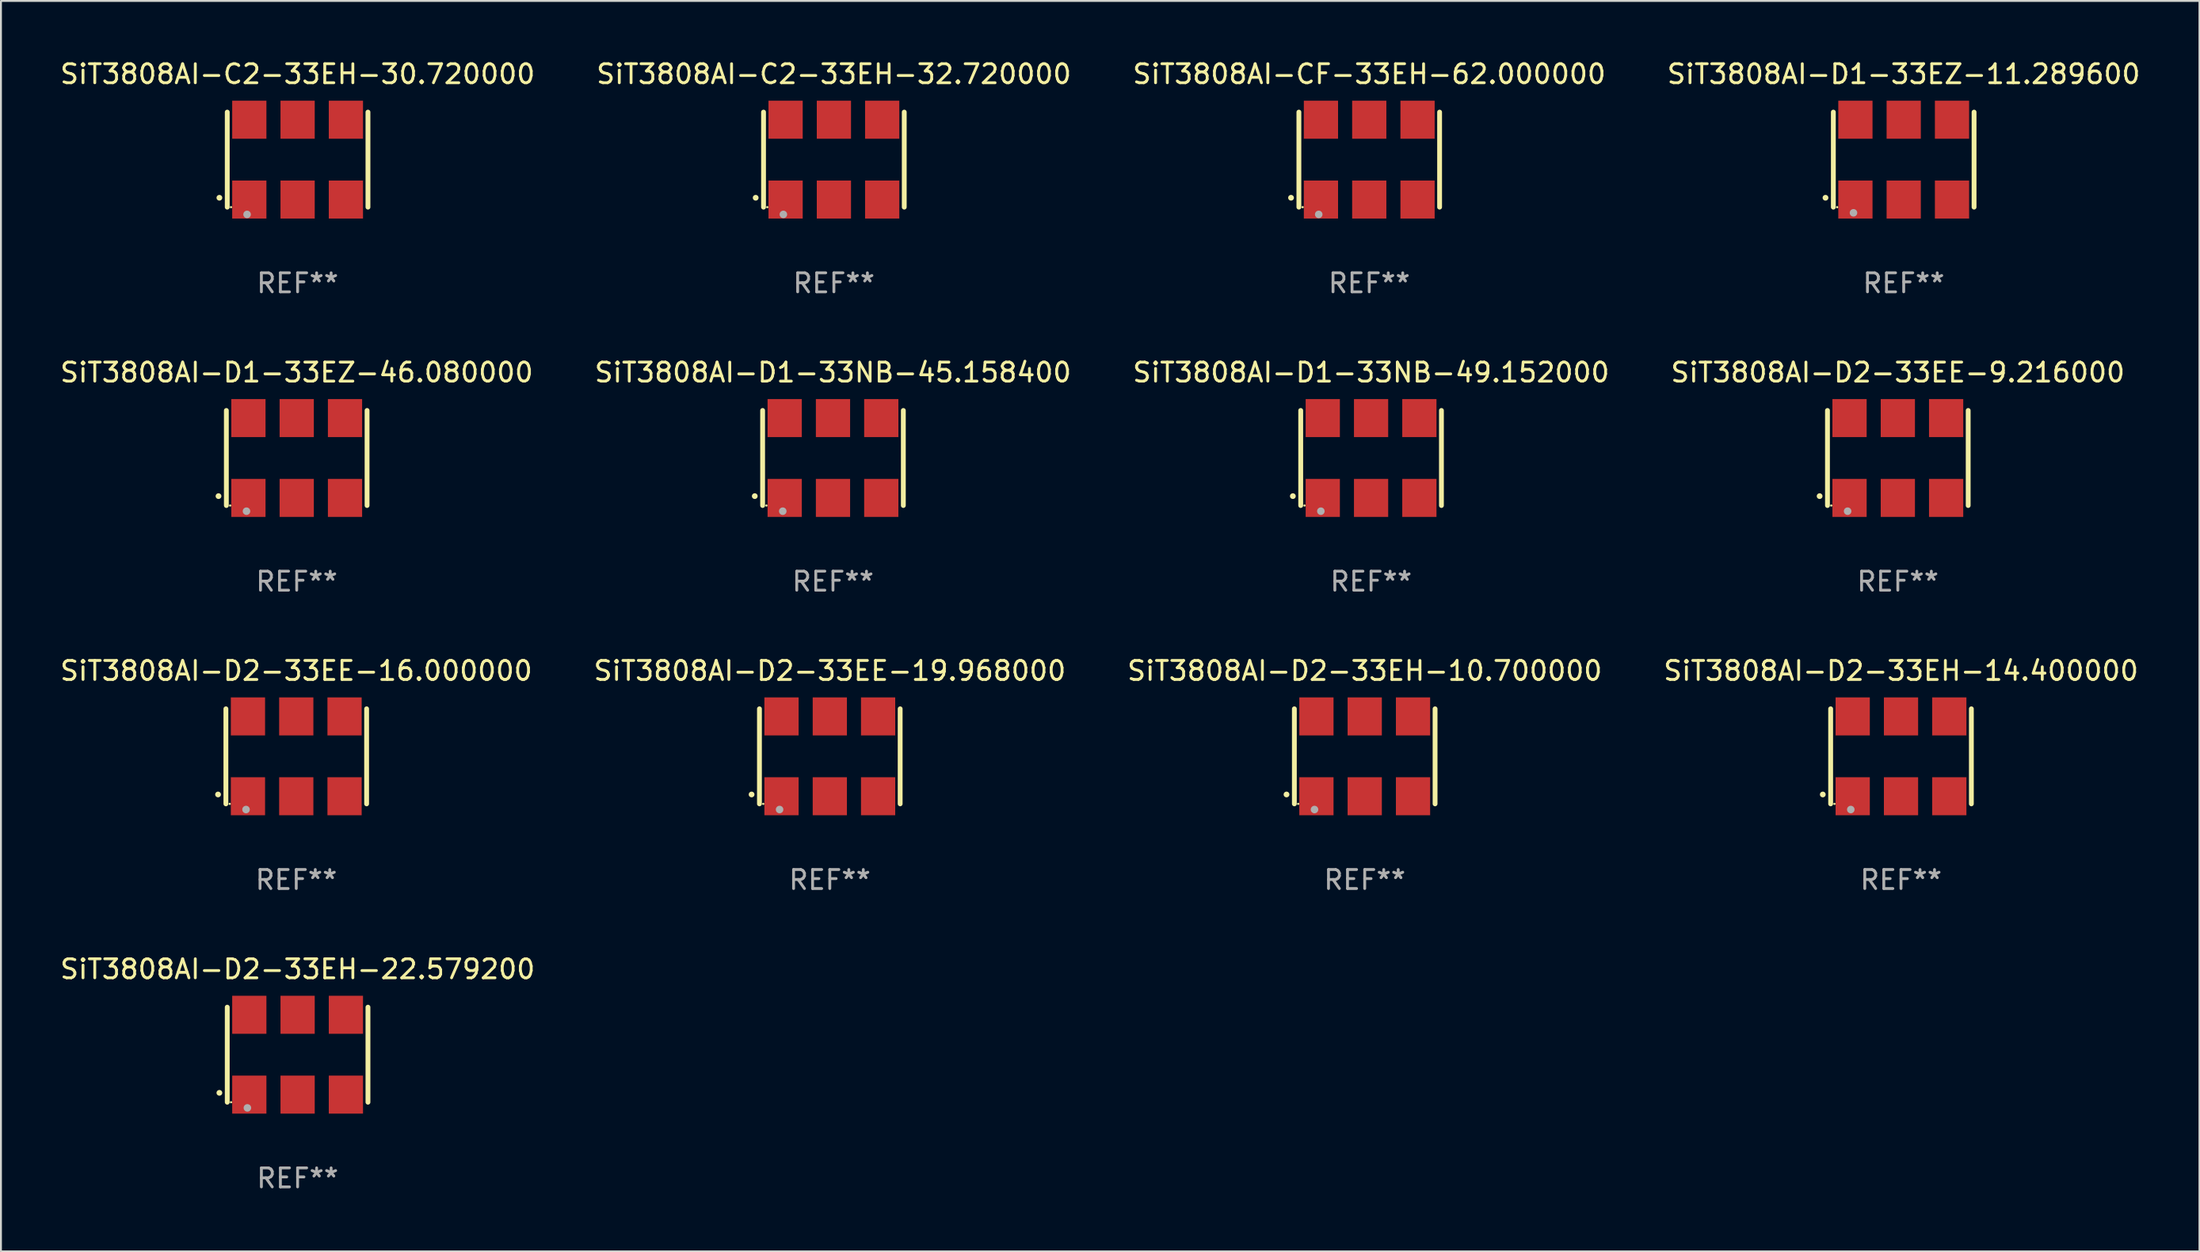
<source format=kicad_pcb>
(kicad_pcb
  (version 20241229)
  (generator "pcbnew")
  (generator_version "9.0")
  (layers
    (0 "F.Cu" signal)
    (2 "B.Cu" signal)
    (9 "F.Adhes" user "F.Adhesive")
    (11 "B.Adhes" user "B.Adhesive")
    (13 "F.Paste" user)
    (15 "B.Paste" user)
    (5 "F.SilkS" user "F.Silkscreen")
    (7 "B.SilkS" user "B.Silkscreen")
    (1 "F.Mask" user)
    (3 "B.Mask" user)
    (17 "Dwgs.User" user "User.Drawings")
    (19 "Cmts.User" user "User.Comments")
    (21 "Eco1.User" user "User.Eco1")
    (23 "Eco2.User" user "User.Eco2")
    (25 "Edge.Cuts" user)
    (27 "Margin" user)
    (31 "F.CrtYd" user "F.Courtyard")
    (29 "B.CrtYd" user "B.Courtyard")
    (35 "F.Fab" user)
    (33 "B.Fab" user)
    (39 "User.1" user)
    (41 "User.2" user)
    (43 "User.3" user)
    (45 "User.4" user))
  (footprint "SiT3808AI-D1-33EZ-46.080000"
    (layer "F.Cu")
    (at 12.554 21.045)
    (property "Reference" "SiT3808AI-D1-33EZ-46.080000" (at 0 -4.5 0) (layer "F.SilkS") (effects (font (size 1 1) (thickness 0.15))))
    (attr through_hole)
    (fp_line (start -3.7 -2.5) (end -3.7 2.5) (stroke (width 0.254) (type solid)) (layer "F.SilkS"))
    (fp_line (start 3.7 -2.5) (end 3.7 2.5) (stroke (width 0.254) (type solid)) (layer "F.SilkS"))
    (fp_arc (start -4.114415 2.006604) (mid -4.113145 2.006599) (end -4.111875 2.006604) (stroke (width 0.3) (type solid)) (layer "F.SilkS"))
    (fp_circle (center -3.5 2.501) (end -3.47 2.501) (stroke (width 0.06) (type solid)) (fill no) (layer "F.SilkS"))
    (fp_circle (center -2.641 2.799) (end -2.541 2.799) (stroke (width 0.2) (type solid)) (fill no) (layer "F.Fab"))
    (fp_text user "REF**" (at 0 6.5 0) (layer "F.Fab") (effects (font (size 1 1) (thickness 0.15))))
    (pad "1" smd rect (at -2.54 2.1) (size 1.8 2) (layers "F.Cu" "F.Mask" "F.Paste"))
    (pad "2" smd rect (at 0.000394 2.1) (size 1.8 2) (layers "F.Cu" "F.Mask" "F.Paste"))
    (pad "3" smd rect (at 2.54 2.1) (size 1.8 2) (layers "F.Cu" "F.Mask" "F.Paste"))
    (pad "4" smd rect (at 2.54 -2.1) (size 1.8 2) (layers "F.Cu" "F.Mask" "F.Paste"))
    (pad "5" smd rect (at 0.000394 -2.1) (size 1.8 2) (layers "F.Cu" "F.Mask" "F.Paste"))
    (pad "6" smd rect (at -2.54 -2.1) (size 1.8 2) (layers "F.Cu" "F.Mask" "F.Paste")))
  (footprint "SiT3808AI-C2-33EH-30.720000"
    (layer "F.Cu")
    (at 12.601 5.348)
    (property "Reference" "SiT3808AI-C2-33EH-30.720000" (at 0 -4.5 0) (layer "F.SilkS") (effects (font (size 1 1) (thickness 0.15))))
    (attr through_hole)
    (fp_line (start -3.7 -2.5) (end -3.7 2.5) (stroke (width 0.254) (type solid)) (layer "F.SilkS"))
    (fp_line (start 3.7 -2.5) (end 3.7 2.5) (stroke (width 0.254) (type solid)) (layer "F.SilkS"))
    (fp_arc (start -4.114415 2.006604) (mid -4.113145 2.006599) (end -4.111875 2.006604) (stroke (width 0.3) (type solid)) (layer "F.SilkS"))
    (fp_circle (center -3.502 2.5) (end -3.472 2.5) (stroke (width 0.06) (type solid)) (fill no) (layer "F.SilkS"))
    (fp_circle (center -2.657 2.882) (end -2.557 2.882) (stroke (width 0.2) (type solid)) (fill no) (layer "F.Fab"))
    (fp_text user "REF**" (at 0 6.5 0) (layer "F.Fab") (effects (font (size 1 1) (thickness 0.15))))
    (pad "1" smd rect (at -2.54 2.1) (size 1.8 2) (layers "F.Cu" "F.Mask" "F.Paste"))
    (pad "2" smd rect (at 0.000394 2.1) (size 1.8 2) (layers "F.Cu" "F.Mask" "F.Paste"))
    (pad "3" smd rect (at 2.54 2.1) (size 1.8 2) (layers "F.Cu" "F.Mask" "F.Paste"))
    (pad "4" smd rect (at 2.54 -2.1) (size 1.8 2) (layers "F.Cu" "F.Mask" "F.Paste"))
    (pad "5" smd rect (at 0.000394 -2.1) (size 1.8 2) (layers "F.Cu" "F.Mask" "F.Paste"))
    (pad "6" smd rect (at -2.54 -2.1) (size 1.8 2) (layers "F.Cu" "F.Mask" "F.Paste")))
  (footprint "SiT3808AI-D2-33EE-16.000000"
    (layer "F.Cu")
    (at 12.53 36.741)
    (property "Reference" "SiT3808AI-D2-33EE-16.000000" (at 0 -4.5 0) (layer "F.SilkS") (effects (font (size 1 1) (thickness 0.15))))
    (attr through_hole)
    (fp_line (start -3.7 -2.5) (end -3.7 2.5) (stroke (width 0.254) (type solid)) (layer "F.SilkS"))
    (fp_line (start 3.7 -2.5) (end 3.7 2.5) (stroke (width 0.254) (type solid)) (layer "F.SilkS"))
    (fp_arc (start -4.114415 2.006604) (mid -4.113145 2.006599) (end -4.111875 2.006604) (stroke (width 0.3) (type solid)) (layer "F.SilkS"))
    (fp_circle (center -3.5 2.501) (end -3.47 2.501) (stroke (width 0.06) (type solid)) (fill no) (layer "F.SilkS"))
    (fp_circle (center -2.641 2.799) (end -2.541 2.799) (stroke (width 0.2) (type solid)) (fill no) (layer "F.Fab"))
    (fp_text user "REF**" (at 0 6.5 0) (layer "F.Fab") (effects (font (size 1 1) (thickness 0.15))))
    (pad "1" smd rect (at -2.54 2.1) (size 1.8 2) (layers "F.Cu" "F.Mask" "F.Paste"))
    (pad "2" smd rect (at 0.000394 2.1) (size 1.8 2) (layers "F.Cu" "F.Mask" "F.Paste"))
    (pad "3" smd rect (at 2.54 2.1) (size 1.8 2) (layers "F.Cu" "F.Mask" "F.Paste"))
    (pad "4" smd rect (at 2.54 -2.1) (size 1.8 2) (layers "F.Cu" "F.Mask" "F.Paste"))
    (pad "5" smd rect (at 0.000394 -2.1) (size 1.8 2) (layers "F.Cu" "F.Mask" "F.Paste"))
    (pad "6" smd rect (at -2.54 -2.1) (size 1.8 2) (layers "F.Cu" "F.Mask" "F.Paste")))
  (footprint "SiT3808AI-D2-33EH-14.400000"
    (layer "F.Cu")
    (at 96.923 36.741)
    (property "Reference" "SiT3808AI-D2-33EH-14.400000" (at 0 -4.5 0) (layer "F.SilkS") (effects (font (size 1 1) (thickness 0.15))))
    (attr through_hole)
    (fp_line (start -3.7 -2.5) (end -3.7 2.5) (stroke (width 0.254) (type solid)) (layer "F.SilkS"))
    (fp_line (start 3.7 -2.5) (end 3.7 2.5) (stroke (width 0.254) (type solid)) (layer "F.SilkS"))
    (fp_arc (start -4.114415 2.006604) (mid -4.113145 2.006599) (end -4.111875 2.006604) (stroke (width 0.3) (type solid)) (layer "F.SilkS"))
    (fp_circle (center -3.5 2.501) (end -3.47 2.501) (stroke (width 0.06) (type solid)) (fill no) (layer "F.SilkS"))
    (fp_circle (center -2.641 2.799) (end -2.541 2.799) (stroke (width 0.2) (type solid)) (fill no) (layer "F.Fab"))
    (fp_text user "REF**" (at 0 6.5 0) (layer "F.Fab") (effects (font (size 1 1) (thickness 0.15))))
    (pad "1" smd rect (at -2.54 2.1) (size 1.8 2) (layers "F.Cu" "F.Mask" "F.Paste"))
    (pad "2" smd rect (at 0.000394 2.1) (size 1.8 2) (layers "F.Cu" "F.Mask" "F.Paste"))
    (pad "3" smd rect (at 2.54 2.1) (size 1.8 2) (layers "F.Cu" "F.Mask" "F.Paste"))
    (pad "4" smd rect (at 2.54 -2.1) (size 1.8 2) (layers "F.Cu" "F.Mask" "F.Paste"))
    (pad "5" smd rect (at 0.000394 -2.1) (size 1.8 2) (layers "F.Cu" "F.Mask" "F.Paste"))
    (pad "6" smd rect (at -2.54 -2.1) (size 1.8 2) (layers "F.Cu" "F.Mask" "F.Paste")))
  (footprint "SiT3808AI-D1-33NB-49.152000"
    (layer "F.Cu")
    (at 69.054 21.045)
    (property "Reference" "SiT3808AI-D1-33NB-49.152000" (at 0 -4.5 0) (layer "F.SilkS") (effects (font (size 1 1) (thickness 0.15))))
    (attr through_hole)
    (fp_line (start -3.7 -2.5) (end -3.7 2.5) (stroke (width 0.254) (type solid)) (layer "F.SilkS"))
    (fp_line (start 3.7 -2.5) (end 3.7 2.5) (stroke (width 0.254) (type solid)) (layer "F.SilkS"))
    (fp_arc (start -4.114415 2.006604) (mid -4.113145 2.006599) (end -4.111875 2.006604) (stroke (width 0.3) (type solid)) (layer "F.SilkS"))
    (fp_circle (center -3.5 2.501) (end -3.47 2.501) (stroke (width 0.06) (type solid)) (fill no) (layer "F.SilkS"))
    (fp_circle (center -2.641 2.799) (end -2.541 2.799) (stroke (width 0.2) (type solid)) (fill no) (layer "F.Fab"))
    (fp_text user "REF**" (at 0 6.5 0) (layer "F.Fab") (effects (font (size 1 1) (thickness 0.15))))
    (pad "1" smd rect (at -2.54 2.1) (size 1.8 2) (layers "F.Cu" "F.Mask" "F.Paste"))
    (pad "2" smd rect (at 0.000394 2.1) (size 1.8 2) (layers "F.Cu" "F.Mask" "F.Paste"))
    (pad "3" smd rect (at 2.54 2.1) (size 1.8 2) (layers "F.Cu" "F.Mask" "F.Paste"))
    (pad "4" smd rect (at 2.54 -2.1) (size 1.8 2) (layers "F.Cu" "F.Mask" "F.Paste"))
    (pad "5" smd rect (at 0.000394 -2.1) (size 1.8 2) (layers "F.Cu" "F.Mask" "F.Paste"))
    (pad "6" smd rect (at -2.54 -2.1) (size 1.8 2) (layers "F.Cu" "F.Mask" "F.Paste")))
  (footprint "SiT3808AI-D2-33EH-22.579200"
    (layer "F.Cu")
    (at 12.601 52.438)
    (property "Reference" "SiT3808AI-D2-33EH-22.579200" (at 0 -4.5 0) (layer "F.SilkS") (effects (font (size 1 1) (thickness 0.15))))
    (attr through_hole)
    (fp_line (start -3.7 -2.5) (end -3.7 2.5) (stroke (width 0.254) (type solid)) (layer "F.SilkS"))
    (fp_line (start 3.7 -2.5) (end 3.7 2.5) (stroke (width 0.254) (type solid)) (layer "F.SilkS"))
    (fp_arc (start -4.114415 2.006604) (mid -4.113145 2.006599) (end -4.111875 2.006604) (stroke (width 0.3) (type solid)) (layer "F.SilkS"))
    (fp_circle (center -3.5 2.501) (end -3.47 2.501) (stroke (width 0.06) (type solid)) (fill no) (layer "F.SilkS"))
    (fp_circle (center -2.641 2.799) (end -2.541 2.799) (stroke (width 0.2) (type solid)) (fill no) (layer "F.Fab"))
    (fp_text user "REF**" (at 0 6.5 0) (layer "F.Fab") (effects (font (size 1 1) (thickness 0.15))))
    (pad "1" smd rect (at -2.54 2.1) (size 1.8 2) (layers "F.Cu" "F.Mask" "F.Paste"))
    (pad "2" smd rect (at 0.000394 2.1) (size 1.8 2) (layers "F.Cu" "F.Mask" "F.Paste"))
    (pad "3" smd rect (at 2.54 2.1) (size 1.8 2) (layers "F.Cu" "F.Mask" "F.Paste"))
    (pad "4" smd rect (at 2.54 -2.1) (size 1.8 2) (layers "F.Cu" "F.Mask" "F.Paste"))
    (pad "5" smd rect (at 0.000394 -2.1) (size 1.8 2) (layers "F.Cu" "F.Mask" "F.Paste"))
    (pad "6" smd rect (at -2.54 -2.1) (size 1.8 2) (layers "F.Cu" "F.Mask" "F.Paste")))
  (footprint "SiT3808AI-D2-33EE-19.968000"
    (layer "F.Cu")
    (at 40.589 36.741)
    (property "Reference" "SiT3808AI-D2-33EE-19.968000" (at 0 -4.5 0) (layer "F.SilkS") (effects (font (size 1 1) (thickness 0.15))))
    (attr through_hole)
    (fp_line (start -3.7 -2.5) (end -3.7 2.5) (stroke (width 0.254) (type solid)) (layer "F.SilkS"))
    (fp_line (start 3.7 -2.5) (end 3.7 2.5) (stroke (width 0.254) (type solid)) (layer "F.SilkS"))
    (fp_arc (start -4.114415 2.006604) (mid -4.113145 2.006599) (end -4.111875 2.006604) (stroke (width 0.3) (type solid)) (layer "F.SilkS"))
    (fp_circle (center -3.5 2.501) (end -3.47 2.501) (stroke (width 0.06) (type solid)) (fill no) (layer "F.SilkS"))
    (fp_circle (center -2.641 2.799) (end -2.541 2.799) (stroke (width 0.2) (type solid)) (fill no) (layer "F.Fab"))
    (fp_text user "REF**" (at 0 6.5 0) (layer "F.Fab") (effects (font (size 1 1) (thickness 0.15))))
    (pad "1" smd rect (at -2.54 2.1) (size 1.8 2) (layers "F.Cu" "F.Mask" "F.Paste"))
    (pad "2" smd rect (at 0.000394 2.1) (size 1.8 2) (layers "F.Cu" "F.Mask" "F.Paste"))
    (pad "3" smd rect (at 2.54 2.1) (size 1.8 2) (layers "F.Cu" "F.Mask" "F.Paste"))
    (pad "4" smd rect (at 2.54 -2.1) (size 1.8 2) (layers "F.Cu" "F.Mask" "F.Paste"))
    (pad "5" smd rect (at 0.000394 -2.1) (size 1.8 2) (layers "F.Cu" "F.Mask" "F.Paste"))
    (pad "6" smd rect (at -2.54 -2.1) (size 1.8 2) (layers "F.Cu" "F.Mask" "F.Paste")))
  (footprint "SiT3808AI-D2-33EH-10.700000"
    (layer "F.Cu")
    (at 68.72 36.741)
    (property "Reference" "SiT3808AI-D2-33EH-10.700000" (at 0 -4.5 0) (layer "F.SilkS") (effects (font (size 1 1) (thickness 0.15))))
    (attr through_hole)
    (fp_line (start -3.7 -2.5) (end -3.7 2.5) (stroke (width 0.254) (type solid)) (layer "F.SilkS"))
    (fp_line (start 3.7 -2.5) (end 3.7 2.5) (stroke (width 0.254) (type solid)) (layer "F.SilkS"))
    (fp_arc (start -4.114415 2.006604) (mid -4.113145 2.006599) (end -4.111875 2.006604) (stroke (width 0.3) (type solid)) (layer "F.SilkS"))
    (fp_circle (center -3.5 2.501) (end -3.47 2.501) (stroke (width 0.06) (type solid)) (fill no) (layer "F.SilkS"))
    (fp_circle (center -2.641 2.799) (end -2.541 2.799) (stroke (width 0.2) (type solid)) (fill no) (layer "F.Fab"))
    (fp_text user "REF**" (at 0 6.5 0) (layer "F.Fab") (effects (font (size 1 1) (thickness 0.15))))
    (pad "1" smd rect (at -2.54 2.1) (size 1.8 2) (layers "F.Cu" "F.Mask" "F.Paste"))
    (pad "2" smd rect (at 0.000394 2.1) (size 1.8 2) (layers "F.Cu" "F.Mask" "F.Paste"))
    (pad "3" smd rect (at 2.54 2.1) (size 1.8 2) (layers "F.Cu" "F.Mask" "F.Paste"))
    (pad "4" smd rect (at 2.54 -2.1) (size 1.8 2) (layers "F.Cu" "F.Mask" "F.Paste"))
    (pad "5" smd rect (at 0.000394 -2.1) (size 1.8 2) (layers "F.Cu" "F.Mask" "F.Paste"))
    (pad "6" smd rect (at -2.54 -2.1) (size 1.8 2) (layers "F.Cu" "F.Mask" "F.Paste")))
  (footprint "SiT3808AI-D1-33EZ-11.289600"
    (layer "F.Cu")
    (at 97.065 5.348)
    (property "Reference" "SiT3808AI-D1-33EZ-11.289600" (at 0 -4.5 0) (layer "F.SilkS") (effects (font (size 1 1) (thickness 0.15))))
    (attr through_hole)
    (fp_line (start -3.7 -2.5) (end -3.7 2.5) (stroke (width 0.254) (type solid)) (layer "F.SilkS"))
    (fp_line (start 3.7 -2.5) (end 3.7 2.5) (stroke (width 0.254) (type solid)) (layer "F.SilkS"))
    (fp_arc (start -4.114415 2.006604) (mid -4.113145 2.006599) (end -4.111875 2.006604) (stroke (width 0.3) (type solid)) (layer "F.SilkS"))
    (fp_circle (center -3.5 2.501) (end -3.47 2.501) (stroke (width 0.06) (type solid)) (fill no) (layer "F.SilkS"))
    (fp_circle (center -2.641 2.799) (end -2.541 2.799) (stroke (width 0.2) (type solid)) (fill no) (layer "F.Fab"))
    (fp_text user "REF**" (at 0 6.5 0) (layer "F.Fab") (effects (font (size 1 1) (thickness 0.15))))
    (pad "1" smd rect (at -2.54 2.1) (size 1.8 2) (layers "F.Cu" "F.Mask" "F.Paste"))
    (pad "2" smd rect (at 0.000394 2.1) (size 1.8 2) (layers "F.Cu" "F.Mask" "F.Paste"))
    (pad "3" smd rect (at 2.54 2.1) (size 1.8 2) (layers "F.Cu" "F.Mask" "F.Paste"))
    (pad "4" smd rect (at 2.54 -2.1) (size 1.8 2) (layers "F.Cu" "F.Mask" "F.Paste"))
    (pad "5" smd rect (at 0.000394 -2.1) (size 1.8 2) (layers "F.Cu" "F.Mask" "F.Paste"))
    (pad "6" smd rect (at -2.54 -2.1) (size 1.8 2) (layers "F.Cu" "F.Mask" "F.Paste")))
  (footprint "SiT3808AI-D1-33NB-45.158400"
    (layer "F.Cu")
    (at 40.756 21.045)
    (property "Reference" "SiT3808AI-D1-33NB-45.158400" (at 0 -4.5 0) (layer "F.SilkS") (effects (font (size 1 1) (thickness 0.15))))
    (attr through_hole)
    (fp_line (start -3.7 -2.5) (end -3.7 2.5) (stroke (width 0.254) (type solid)) (layer "F.SilkS"))
    (fp_line (start 3.7 -2.5) (end 3.7 2.5) (stroke (width 0.254) (type solid)) (layer "F.SilkS"))
    (fp_arc (start -4.114415 2.006604) (mid -4.113145 2.006599) (end -4.111875 2.006604) (stroke (width 0.3) (type solid)) (layer "F.SilkS"))
    (fp_circle (center -3.5 2.501) (end -3.47 2.501) (stroke (width 0.06) (type solid)) (fill no) (layer "F.SilkS"))
    (fp_circle (center -2.641 2.799) (end -2.541 2.799) (stroke (width 0.2) (type solid)) (fill no) (layer "F.Fab"))
    (fp_text user "REF**" (at 0 6.5 0) (layer "F.Fab") (effects (font (size 1 1) (thickness 0.15))))
    (pad "1" smd rect (at -2.54 2.1) (size 1.8 2) (layers "F.Cu" "F.Mask" "F.Paste"))
    (pad "2" smd rect (at 0.000394 2.1) (size 1.8 2) (layers "F.Cu" "F.Mask" "F.Paste"))
    (pad "3" smd rect (at 2.54 2.1) (size 1.8 2) (layers "F.Cu" "F.Mask" "F.Paste"))
    (pad "4" smd rect (at 2.54 -2.1) (size 1.8 2) (layers "F.Cu" "F.Mask" "F.Paste"))
    (pad "5" smd rect (at 0.000394 -2.1) (size 1.8 2) (layers "F.Cu" "F.Mask" "F.Paste"))
    (pad "6" smd rect (at -2.54 -2.1) (size 1.8 2) (layers "F.Cu" "F.Mask" "F.Paste")))
  (footprint "SiT3808AI-C2-33EH-32.720000"
    (layer "F.Cu")
    (at 40.804 5.348)
    (property "Reference" "SiT3808AI-C2-33EH-32.720000" (at 0 -4.5 0) (layer "F.SilkS") (effects (font (size 1 1) (thickness 0.15))))
    (attr through_hole)
    (fp_line (start -3.7 -2.5) (end -3.7 2.5) (stroke (width 0.254) (type solid)) (layer "F.SilkS"))
    (fp_line (start 3.7 -2.5) (end 3.7 2.5) (stroke (width 0.254) (type solid)) (layer "F.SilkS"))
    (fp_arc (start -4.114415 2.006604) (mid -4.113145 2.006599) (end -4.111875 2.006604) (stroke (width 0.3) (type solid)) (layer "F.SilkS"))
    (fp_circle (center -3.502 2.5) (end -3.472 2.5) (stroke (width 0.06) (type solid)) (fill no) (layer "F.SilkS"))
    (fp_circle (center -2.657 2.882) (end -2.557 2.882) (stroke (width 0.2) (type solid)) (fill no) (layer "F.Fab"))
    (fp_text user "REF**" (at 0 6.5 0) (layer "F.Fab") (effects (font (size 1 1) (thickness 0.15))))
    (pad "1" smd rect (at -2.54 2.1) (size 1.8 2) (layers "F.Cu" "F.Mask" "F.Paste"))
    (pad "2" smd rect (at 0.000394 2.1) (size 1.8 2) (layers "F.Cu" "F.Mask" "F.Paste"))
    (pad "3" smd rect (at 2.54 2.1) (size 1.8 2) (layers "F.Cu" "F.Mask" "F.Paste"))
    (pad "4" smd rect (at 2.54 -2.1) (size 1.8 2) (layers "F.Cu" "F.Mask" "F.Paste"))
    (pad "5" smd rect (at 0.000394 -2.1) (size 1.8 2) (layers "F.Cu" "F.Mask" "F.Paste"))
    (pad "6" smd rect (at -2.54 -2.1) (size 1.8 2) (layers "F.Cu" "F.Mask" "F.Paste")))
  (footprint "SiT3808AI-CF-33EH-62.000000"
    (layer "F.Cu")
    (at 68.958 5.348)
    (property "Reference" "SiT3808AI-CF-33EH-62.000000" (at 0 -4.5 0) (layer "F.SilkS") (effects (font (size 1 1) (thickness 0.15))))
    (attr through_hole)
    (fp_line (start -3.7 -2.5) (end -3.7 2.5) (stroke (width 0.254) (type solid)) (layer "F.SilkS"))
    (fp_line (start 3.7 -2.5) (end 3.7 2.5) (stroke (width 0.254) (type solid)) (layer "F.SilkS"))
    (fp_arc (start -4.114415 2.006604) (mid -4.113145 2.006599) (end -4.111875 2.006604) (stroke (width 0.3) (type solid)) (layer "F.SilkS"))
    (fp_circle (center -3.502 2.5) (end -3.472 2.5) (stroke (width 0.06) (type solid)) (fill no) (layer "F.SilkS"))
    (fp_circle (center -2.657 2.882) (end -2.557 2.882) (stroke (width 0.2) (type solid)) (fill no) (layer "F.Fab"))
    (fp_text user "REF**" (at 0 6.5 0) (layer "F.Fab") (effects (font (size 1 1) (thickness 0.15))))
    (pad "1" smd rect (at -2.54 2.1) (size 1.8 2) (layers "F.Cu" "F.Mask" "F.Paste"))
    (pad "2" smd rect (at 0.000394 2.1) (size 1.8 2) (layers "F.Cu" "F.Mask" "F.Paste"))
    (pad "3" smd rect (at 2.54 2.1) (size 1.8 2) (layers "F.Cu" "F.Mask" "F.Paste"))
    (pad "4" smd rect (at 2.54 -2.1) (size 1.8 2) (layers "F.Cu" "F.Mask" "F.Paste"))
    (pad "5" smd rect (at 0.000394 -2.1) (size 1.8 2) (layers "F.Cu" "F.Mask" "F.Paste"))
    (pad "6" smd rect (at -2.54 -2.1) (size 1.8 2) (layers "F.Cu" "F.Mask" "F.Paste")))
  (footprint "SiT3808AI-D2-33EE-9.216000"
    (layer "F.Cu")
    (at 96.756 21.045)
    (property "Reference" "SiT3808AI-D2-33EE-9.216000" (at 0 -4.5 0) (layer "F.SilkS") (effects (font (size 1 1) (thickness 0.15))))
    (attr through_hole)
    (fp_line (start -3.7 -2.5) (end -3.7 2.5) (stroke (width 0.254) (type solid)) (layer "F.SilkS"))
    (fp_line (start 3.7 -2.5) (end 3.7 2.5) (stroke (width 0.254) (type solid)) (layer "F.SilkS"))
    (fp_arc (start -4.114415 2.006604) (mid -4.113145 2.006599) (end -4.111875 2.006604) (stroke (width 0.3) (type solid)) (layer "F.SilkS"))
    (fp_circle (center -3.5 2.501) (end -3.47 2.501) (stroke (width 0.06) (type solid)) (fill no) (layer "F.SilkS"))
    (fp_circle (center -2.641 2.799) (end -2.541 2.799) (stroke (width 0.2) (type solid)) (fill no) (layer "F.Fab"))
    (fp_text user "REF**" (at 0 6.5 0) (layer "F.Fab") (effects (font (size 1 1) (thickness 0.15))))
    (pad "1" smd rect (at -2.54 2.1) (size 1.8 2) (layers "F.Cu" "F.Mask" "F.Paste"))
    (pad "2" smd rect (at 0.000394 2.1) (size 1.8 2) (layers "F.Cu" "F.Mask" "F.Paste"))
    (pad "3" smd rect (at 2.54 2.1) (size 1.8 2) (layers "F.Cu" "F.Mask" "F.Paste"))
    (pad "4" smd rect (at 2.54 -2.1) (size 1.8 2) (layers "F.Cu" "F.Mask" "F.Paste"))
    (pad "5" smd rect (at 0.000394 -2.1) (size 1.8 2) (layers "F.Cu" "F.Mask" "F.Paste"))
    (pad "6" smd rect (at -2.54 -2.1) (size 1.8 2) (layers "F.Cu" "F.Mask" "F.Paste")))
  (gr_rect
    (start -3 -3)
    (end 112.619 62.786)
    (stroke (width 0.1) (type default))
    (fill no)
    (layer "Edge.Cuts")))
</source>
